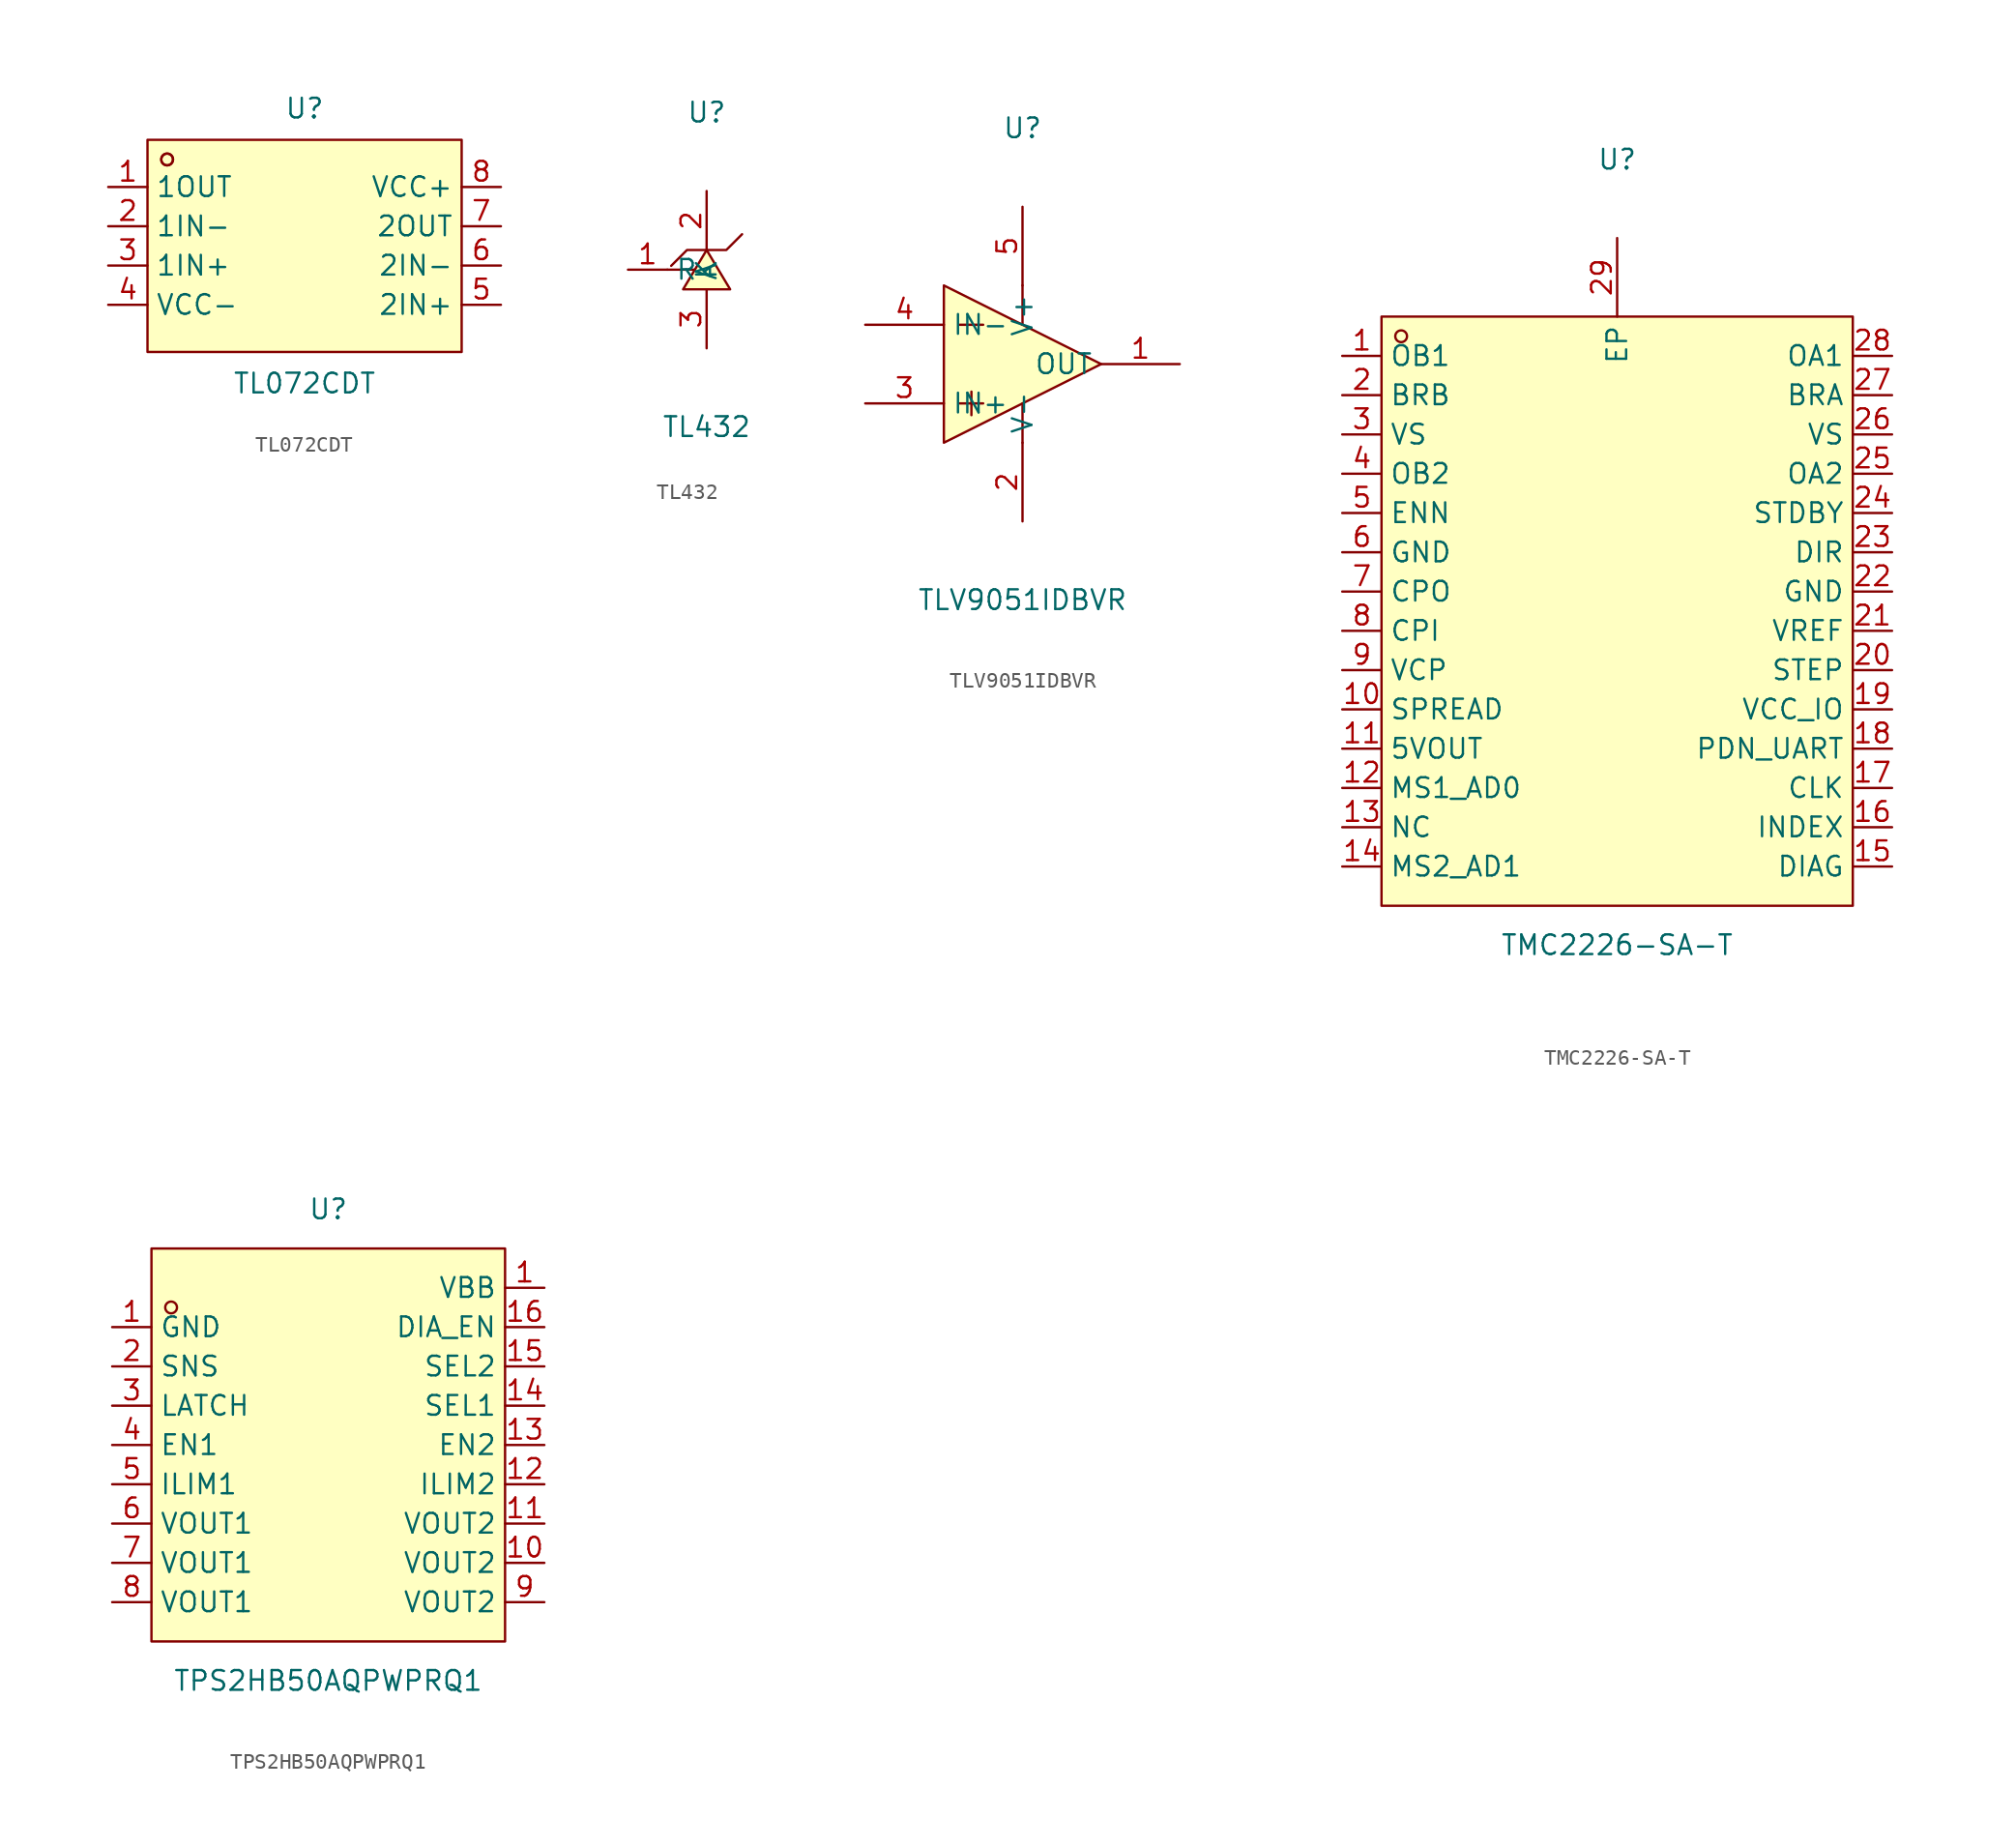
<source format=kicad_sym>
(kicad_symbol_lib
  (version 20231120)
  (generator "kicad_symbol_editor")
  (generator_version "8.0")
  (symbol "TL072CDT"
    (property "Reference" "U"
      (at 0 8.89 0)
      (effects (font (size 1.27 1.27))))
    (property "Value" "TL072CDT"
      (at 0 -8.89 0)
      (effects (font (size 1.27 1.27))))
    (symbol "TL072CDT_0_1"
      (rectangle (start -10.16 6.86) (end 10.16 -6.86) (stroke (width 0) (type default)) (fill (type background)))
      (circle (center -8.89 5.59) (radius 0.38) (stroke (width 0) (type default)) (fill (type none)))
      (circle (center -8.89 5.59) (radius 0.38) (stroke (width 0) (type default)) (fill (type none)))
      (pin unspecified line (at -12.7 3.81 0) (length 2.54) (name "1OUT" (effects (font (size 1.27 1.27)))) (number "1" (effects (font (size 1.27 1.27)))))
      (pin unspecified line (at -12.7 1.27 0) (length 2.54) (name "1IN-" (effects (font (size 1.27 1.27)))) (number "2" (effects (font (size 1.27 1.27)))))
      (pin unspecified line (at -12.7 -1.27 0) (length 2.54) (name "1IN+" (effects (font (size 1.27 1.27)))) (number "3" (effects (font (size 1.27 1.27)))))
      (pin unspecified line (at -12.7 -3.81 0) (length 2.54) (name "VCC-" (effects (font (size 1.27 1.27)))) (number "4" (effects (font (size 1.27 1.27)))))
      (pin unspecified line (at 12.7 -3.81 180) (length 2.54) (name "2IN+" (effects (font (size 1.27 1.27)))) (number "5" (effects (font (size 1.27 1.27)))))
      (pin unspecified line (at 12.7 -1.27 180) (length 2.54) (name "2IN-" (effects (font (size 1.27 1.27)))) (number "6" (effects (font (size 1.27 1.27)))))
      (pin unspecified line (at 12.7 1.27 180) (length 2.54) (name "2OUT" (effects (font (size 1.27 1.27)))) (number "7" (effects (font (size 1.27 1.27)))))
      (pin unspecified line (at 12.7 3.81 180) (length 2.54) (name "VCC+" (effects (font (size 1.27 1.27)))) (number "8" (effects (font (size 1.27 1.27)))))))
  (symbol "TL432"
    (property "Reference" "U"
      (at 0 10.16 0)
      (effects (font (size 1.27 1.27))))
    (property "Value" "TL432"
      (at 0 -10.16 0)
      (effects (font (size 1.27 1.27))))
    (symbol "TL432_0_1"
      (polyline (pts (xy -2.54 0) (xy -0.76 0)) (stroke (width 0) (type default)) (fill (type none)))
      (polyline (pts (xy -1.52 -1.27) (xy 0 1.27) (xy 1.52 -1.27) (xy -1.52 -1.27)) (stroke (width 0) (type default)) (fill (type background)))
      (polyline (pts (xy 2.29 2.29) (xy 1.27 1.27) (xy -1.27 1.27) (xy -2.29 0.25)) (stroke (width 0) (type default)) (fill (type none)))
      (pin unspecified line (at -5.08 0 0) (length 2.54) (name "R" (effects (font (size 1.27 1.27)))) (number "1" (effects (font (size 1.27 1.27)))))
      (pin unspecified line (at 0 5.08 270) (length 3.81) (name "K" (effects (font (size 1.27 1.27)))) (number "2" (effects (font (size 1.27 1.27)))))
      (pin unspecified line (at 0 -5.08 90) (length 3.81) (name "A" (effects (font (size 1.27 1.27)))) (number "3" (effects (font (size 1.27 1.27)))))))
  (symbol "TLV9051IDBVR"
    (property "Reference" "U"
      (at 0 15.24 0)
      (effects (font (size 1.27 1.27))))
    (property "Value" "TLV9051IDBVR"
      (at 0 -15.24 0)
      (effects (font (size 1.27 1.27))))
    (symbol "TLV9051IDBVR_0_1"
      (polyline (pts (xy -4.06 -2.54) (xy -2.54 -2.54)) (stroke (width 0) (type default)) (fill (type none)))
      (polyline (pts (xy -4.06 2.54) (xy -2.54 2.54)) (stroke (width 0) (type default)) (fill (type none)))
      (polyline (pts (xy -3.3 -1.78) (xy -3.3 -3.3)) (stroke (width 0) (type default)) (fill (type none)))
      (polyline (pts (xy 0 -2.54) (xy 0 -5.08)) (stroke (width 0) (type default)) (fill (type none)))
      (polyline (pts (xy 0 5.08) (xy 0 2.54)) (stroke (width 0) (type default)) (fill (type none)))
      (polyline (pts (xy -5.08 -5.08) (xy 5.08 0) (xy -5.08 5.08) (xy -5.08 -5.08)) (stroke (width 0) (type default)) (fill (type background)))
      (pin output line (at 10.16 0 180) (length 5.08) (name "OUT" (effects (font (size 1.27 1.27)))) (number "1" (effects (font (size 1.27 1.27)))))
      (pin power_in line (at 0 -10.16 90) (length 5.08) (name "V-" (effects (font (size 1.27 1.27)))) (number "2" (effects (font (size 1.27 1.27)))))
      (pin unspecified line (at -10.16 -2.54 0) (length 5.08) (name "IN+" (effects (font (size 1.27 1.27)))) (number "3" (effects (font (size 1.27 1.27)))))
      (pin unspecified line (at -10.16 2.54 0) (length 5.08) (name "IN-" (effects (font (size 1.27 1.27)))) (number "4" (effects (font (size 1.27 1.27)))))
      (pin power_in line (at 0 10.16 270) (length 5.08) (name "V+" (effects (font (size 1.27 1.27)))) (number "5" (effects (font (size 1.27 1.27)))))))
  (symbol "TMC2226-SA-T"
    (property "Reference" "U"
      (at 0 29.21 0)
      (effects (font (size 1.27 1.27))))
    (property "Value" "TMC2226-SA-T"
      (at 0 -21.59 0)
      (effects (font (size 1.27 1.27))))
    (symbol "TMC2226-SA-T_0_1"
      (rectangle (start -15.24 19.05) (end 15.24 -19.05) (stroke (width 0) (type default)) (fill (type background)))
      (circle (center -13.97 17.78) (radius 0.38) (stroke (width 0) (type default)) (fill (type none)))
      (pin unspecified line (at -17.78 16.51 0) (length 2.54) (name "OB1" (effects (font (size 1.27 1.27)))) (number "1" (effects (font (size 1.27 1.27)))))
      (pin unspecified line (at -17.78 -6.35 0) (length 2.54) (name "SPREAD" (effects (font (size 1.27 1.27)))) (number "10" (effects (font (size 1.27 1.27)))))
      (pin unspecified line (at -17.78 -8.89 0) (length 2.54) (name "5VOUT" (effects (font (size 1.27 1.27)))) (number "11" (effects (font (size 1.27 1.27)))))
      (pin unspecified line (at -17.78 -11.43 0) (length 2.54) (name "MS1_AD0" (effects (font (size 1.27 1.27)))) (number "12" (effects (font (size 1.27 1.27)))))
      (pin unspecified line (at -17.78 -13.97 0) (length 2.54) (name "NC" (effects (font (size 1.27 1.27)))) (number "13" (effects (font (size 1.27 1.27)))))
      (pin unspecified line (at -17.78 -16.51 0) (length 2.54) (name "MS2_AD1" (effects (font (size 1.27 1.27)))) (number "14" (effects (font (size 1.27 1.27)))))
      (pin unspecified line (at 17.78 -16.51 180) (length 2.54) (name "DIAG" (effects (font (size 1.27 1.27)))) (number "15" (effects (font (size 1.27 1.27)))))
      (pin unspecified line (at 17.78 -13.97 180) (length 2.54) (name "INDEX" (effects (font (size 1.27 1.27)))) (number "16" (effects (font (size 1.27 1.27)))))
      (pin unspecified line (at 17.78 -11.43 180) (length 2.54) (name "CLK" (effects (font (size 1.27 1.27)))) (number "17" (effects (font (size 1.27 1.27)))))
      (pin unspecified line (at 17.78 -8.89 180) (length 2.54) (name "PDN_UART" (effects (font (size 1.27 1.27)))) (number "18" (effects (font (size 1.27 1.27)))))
      (pin unspecified line (at 17.78 -6.35 180) (length 2.54) (name "VCC_IO" (effects (font (size 1.27 1.27)))) (number "19" (effects (font (size 1.27 1.27)))))
      (pin unspecified line (at -17.78 13.97 0) (length 2.54) (name "BRB" (effects (font (size 1.27 1.27)))) (number "2" (effects (font (size 1.27 1.27)))))
      (pin unspecified line (at 17.78 -3.81 180) (length 2.54) (name "STEP" (effects (font (size 1.27 1.27)))) (number "20" (effects (font (size 1.27 1.27)))))
      (pin unspecified line (at 17.78 -1.27 180) (length 2.54) (name "VREF" (effects (font (size 1.27 1.27)))) (number "21" (effects (font (size 1.27 1.27)))))
      (pin unspecified line (at 17.78 1.27 180) (length 2.54) (name "GND" (effects (font (size 1.27 1.27)))) (number "22" (effects (font (size 1.27 1.27)))))
      (pin unspecified line (at 17.78 3.81 180) (length 2.54) (name "DIR" (effects (font (size 1.27 1.27)))) (number "23" (effects (font (size 1.27 1.27)))))
      (pin unspecified line (at 17.78 6.35 180) (length 2.54) (name "STDBY" (effects (font (size 1.27 1.27)))) (number "24" (effects (font (size 1.27 1.27)))))
      (pin unspecified line (at 17.78 8.89 180) (length 2.54) (name "OA2" (effects (font (size 1.27 1.27)))) (number "25" (effects (font (size 1.27 1.27)))))
      (pin unspecified line (at 17.78 11.43 180) (length 2.54) (name "VS" (effects (font (size 1.27 1.27)))) (number "26" (effects (font (size 1.27 1.27)))))
      (pin unspecified line (at 17.78 13.97 180) (length 2.54) (name "BRA" (effects (font (size 1.27 1.27)))) (number "27" (effects (font (size 1.27 1.27)))))
      (pin unspecified line (at 17.78 16.51 180) (length 2.54) (name "OA1" (effects (font (size 1.27 1.27)))) (number "28" (effects (font (size 1.27 1.27)))))
      (pin unspecified line (at 0 24.13 270) (length 5.08) (name "EP" (effects (font (size 1.27 1.27)))) (number "29" (effects (font (size 1.27 1.27)))))
      (pin unspecified line (at -17.78 11.43 0) (length 2.54) (name "VS" (effects (font (size 1.27 1.27)))) (number "3" (effects (font (size 1.27 1.27)))))
      (pin unspecified line (at -17.78 8.89 0) (length 2.54) (name "OB2" (effects (font (size 1.27 1.27)))) (number "4" (effects (font (size 1.27 1.27)))))
      (pin unspecified line (at -17.78 6.35 0) (length 2.54) (name "ENN" (effects (font (size 1.27 1.27)))) (number "5" (effects (font (size 1.27 1.27)))))
      (pin unspecified line (at -17.78 3.81 0) (length 2.54) (name "GND" (effects (font (size 1.27 1.27)))) (number "6" (effects (font (size 1.27 1.27)))))
      (pin unspecified line (at -17.78 1.27 0) (length 2.54) (name "CPO" (effects (font (size 1.27 1.27)))) (number "7" (effects (font (size 1.27 1.27)))))
      (pin unspecified line (at -17.78 -1.27 0) (length 2.54) (name "CPI" (effects (font (size 1.27 1.27)))) (number "8" (effects (font (size 1.27 1.27)))))
      (pin unspecified line (at -17.78 -3.81 0) (length 2.54) (name "VCP" (effects (font (size 1.27 1.27)))) (number "9" (effects (font (size 1.27 1.27)))))))
  (symbol "TPS2HB50AQPWPRQ1"
    (property "Reference" "U"
      (at 0 15.24 0)
      (effects (font (size 1.27 1.27))))
    (property "Value" "TPS2HB50AQPWPRQ1"
      (at 0 -15.24 0)
      (effects (font (size 1.27 1.27))))
    (symbol "TPS2HB50AQPWPRQ1_0_1"
      (rectangle (start -11.43 12.7) (end 11.43 -12.7) (stroke (width 0) (type default)) (fill (type background)))
      (circle (center -10.16 8.89) (radius 0.38) (stroke (width 0) (type default)) (fill (type none)))
      (pin unspecified line (at -13.97 7.62 0) (length 2.54) (name "GND" (effects (font (size 1.27 1.27)))) (number "1" (effects (font (size 1.27 1.27)))))
      (pin unspecified line (at 13.97 10.16 180) (length 2.54) (name "VBB" (effects (font (size 1.27 1.27)))) (number "1" (effects (font (size 1.27 1.27)))))
      (pin unspecified line (at 13.97 -7.62 180) (length 2.54) (name "VOUT2" (effects (font (size 1.27 1.27)))) (number "10" (effects (font (size 1.27 1.27)))))
      (pin unspecified line (at 13.97 -5.08 180) (length 2.54) (name "VOUT2" (effects (font (size 1.27 1.27)))) (number "11" (effects (font (size 1.27 1.27)))))
      (pin unspecified line (at 13.97 -2.54 180) (length 2.54) (name "ILIM2" (effects (font (size 1.27 1.27)))) (number "12" (effects (font (size 1.27 1.27)))))
      (pin unspecified line (at 13.97 0 180) (length 2.54) (name "EN2" (effects (font (size 1.27 1.27)))) (number "13" (effects (font (size 1.27 1.27)))))
      (pin unspecified line (at 13.97 2.54 180) (length 2.54) (name "SEL1" (effects (font (size 1.27 1.27)))) (number "14" (effects (font (size 1.27 1.27)))))
      (pin unspecified line (at 13.97 5.08 180) (length 2.54) (name "SEL2" (effects (font (size 1.27 1.27)))) (number "15" (effects (font (size 1.27 1.27)))))
      (pin unspecified line (at 13.97 7.62 180) (length 2.54) (name "DIA_EN" (effects (font (size 1.27 1.27)))) (number "16" (effects (font (size 1.27 1.27)))))
      (pin unspecified line (at -13.97 5.08 0) (length 2.54) (name "SNS" (effects (font (size 1.27 1.27)))) (number "2" (effects (font (size 1.27 1.27)))))
      (pin unspecified line (at -13.97 2.54 0) (length 2.54) (name "LATCH" (effects (font (size 1.27 1.27)))) (number "3" (effects (font (size 1.27 1.27)))))
      (pin unspecified line (at -13.97 0 0) (length 2.54) (name "EN1" (effects (font (size 1.27 1.27)))) (number "4" (effects (font (size 1.27 1.27)))))
      (pin unspecified line (at -13.97 -2.54 0) (length 2.54) (name "ILIM1" (effects (font (size 1.27 1.27)))) (number "5" (effects (font (size 1.27 1.27)))))
      (pin unspecified line (at -13.97 -5.08 0) (length 2.54) (name "VOUT1" (effects (font (size 1.27 1.27)))) (number "6" (effects (font (size 1.27 1.27)))))
      (pin unspecified line (at -13.97 -7.62 0) (length 2.54) (name "VOUT1" (effects (font (size 1.27 1.27)))) (number "7" (effects (font (size 1.27 1.27)))))
      (pin unspecified line (at -13.97 -10.16 0) (length 2.54) (name "VOUT1" (effects (font (size 1.27 1.27)))) (number "8" (effects (font (size 1.27 1.27)))))
      (pin unspecified line (at 13.97 -10.16 180) (length 2.54) (name "VOUT2" (effects (font (size 1.27 1.27)))) (number "9" (effects (font (size 1.27 1.27))))))))
</source>
